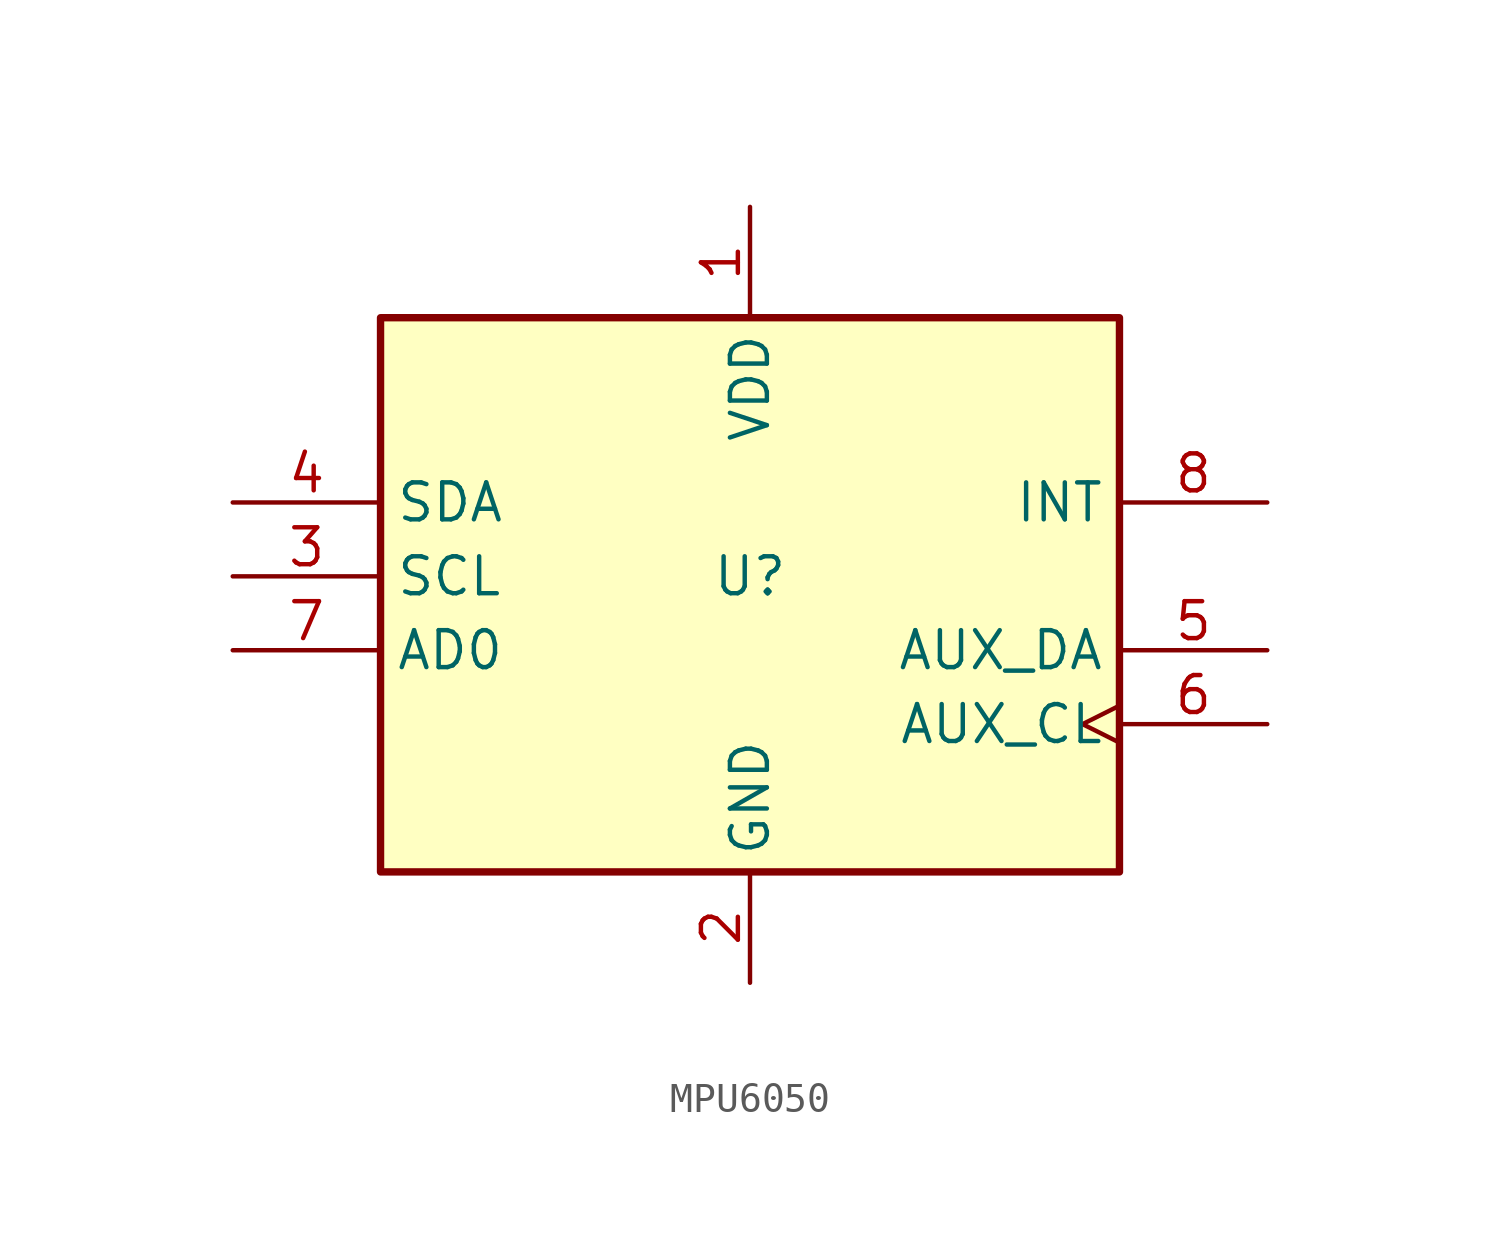
<source format=kicad_sym>
(kicad_symbol_lib
  (version 20220914)
  (generator kicad_symbol_editor)
  (symbol "MPU6050"
    (property "Reference" "U"
      (at 0 3.81 0)
      (effects (font (size 1.27 1.27))))
    (property "Value" ""
      (at -1.27 0 0)
      (effects (font (size 1.27 1.27))))
    (symbol "MPU6050_0_0"
      (text "" (at 12.7 -3.81 0) (effects (font (size 1.27 1.27)))))
    (symbol "MPU6050_0_1"
      (rectangle (start -12.7 12.7) (end 12.7 -6.35) (stroke (width 0.254) (type default)) (fill (type background))))
    (symbol "MPU6050_1_1"
      (pin power_in line (at 0 16.51 270) (length 3.81) (name "VDD" (effects (font (size 1.27 1.27)))) (number "1" (effects (font (size 1.27 1.27)))))
      (pin power_in line (at 0 -10.16 90) (length 3.81) (name "GND" (effects (font (size 1.27 1.27)))) (number "2" (effects (font (size 1.27 1.27)))))
      (pin input line (at -17.78 3.81 0) (length 5.08) (name "SCL" (effects (font (size 1.27 1.27)))) (number "3" (effects (font (size 1.27 1.27)))))
      (pin bidirectional line (at -17.78 6.35 0) (length 5.08) (name "SDA" (effects (font (size 1.27 1.27)))) (number "4" (effects (font (size 1.27 1.27)))))
      (pin bidirectional line (at 17.78 1.27 180) (length 5.08) (name "AUX_DA" (effects (font (size 1.27 1.27)))) (number "5" (effects (font (size 1.27 1.27)))))
      (pin output clock (at 17.78 -1.27 180) (length 5.08) (name "AUX_CL" (effects (font (size 1.27 1.27)))) (number "6" (effects (font (size 1.27 1.27)))))
      (pin input line (at -17.78 1.27 0) (length 5.08) (name "AD0" (effects (font (size 1.27 1.27)))) (number "7" (effects (font (size 1.27 1.27)))))
      (pin output line (at 17.78 6.35 180) (length 5.08) (name "INT" (effects (font (size 1.27 1.27)))) (number "8" (effects (font (size 1.27 1.27))))))))
</source>
